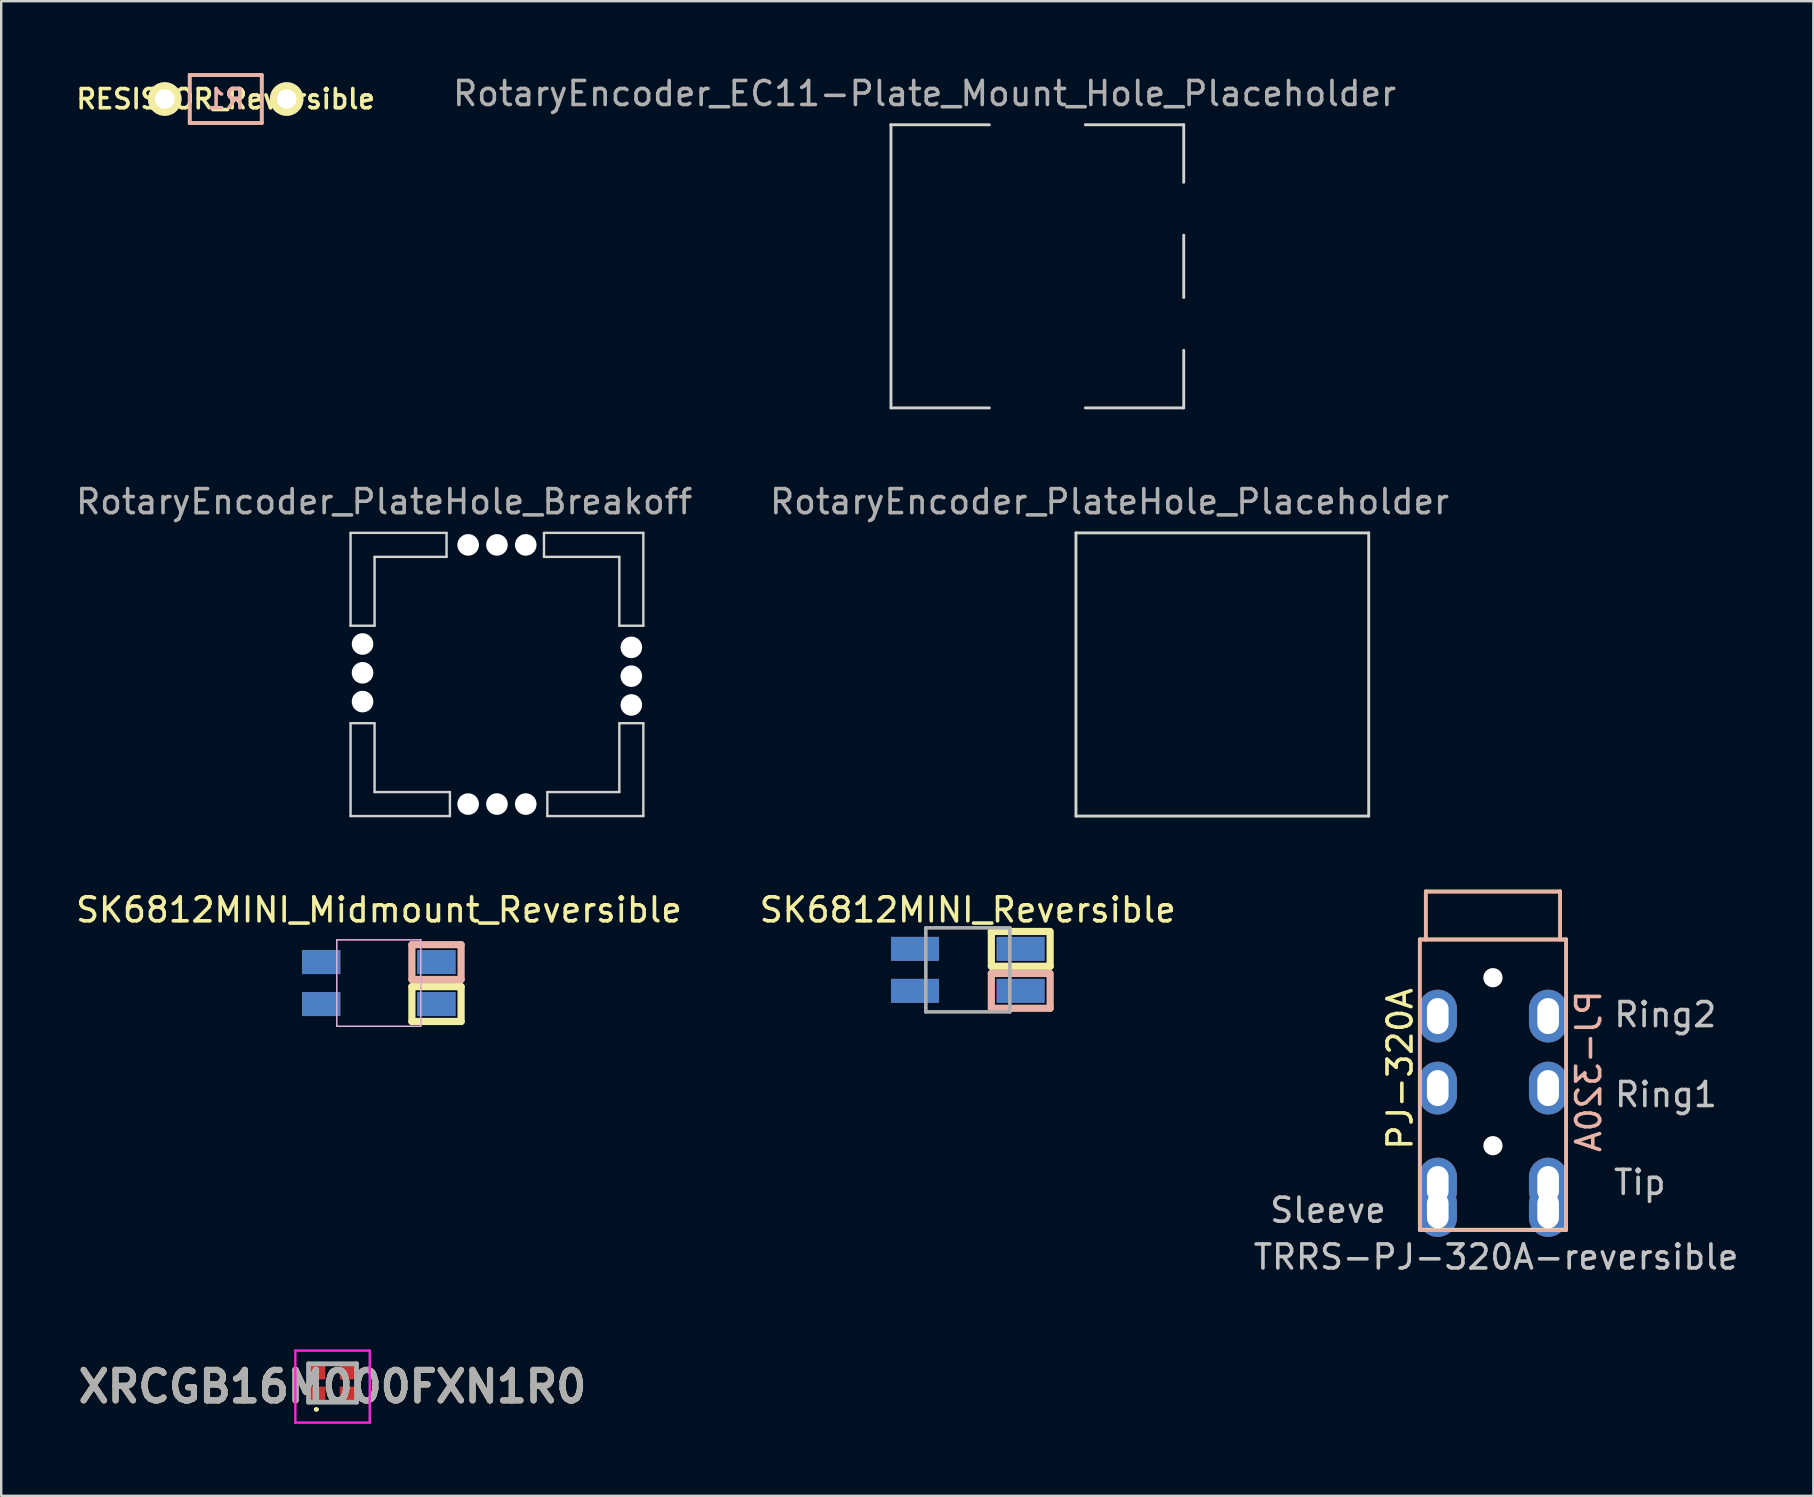
<source format=kicad_pcb>
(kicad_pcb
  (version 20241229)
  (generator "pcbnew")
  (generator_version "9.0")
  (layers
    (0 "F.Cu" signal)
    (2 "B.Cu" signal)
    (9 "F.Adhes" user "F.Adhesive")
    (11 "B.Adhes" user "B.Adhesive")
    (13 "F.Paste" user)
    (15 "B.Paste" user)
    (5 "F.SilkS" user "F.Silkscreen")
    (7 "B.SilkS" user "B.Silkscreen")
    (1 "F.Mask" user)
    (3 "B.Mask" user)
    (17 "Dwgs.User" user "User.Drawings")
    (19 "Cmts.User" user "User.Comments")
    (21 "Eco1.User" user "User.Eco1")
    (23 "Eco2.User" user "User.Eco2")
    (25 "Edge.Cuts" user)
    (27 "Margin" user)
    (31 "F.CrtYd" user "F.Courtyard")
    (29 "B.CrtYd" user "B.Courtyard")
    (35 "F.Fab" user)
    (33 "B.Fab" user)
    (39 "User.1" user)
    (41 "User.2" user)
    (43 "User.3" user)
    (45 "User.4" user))
  (footprint "XRCGB16M000FXN1R0"
    (layer "F.Cu")
    (at 10.807 54.58)
    (property "Reference" "XRCGB16M000FXN1R0" (at 0 0.15 0) (layer "F.SilkS") (effects (font (size 1.27 1.27) (thickness 0.254))))
    (attr smd)
    (fp_line (start -0.725 1.1) (end -0.725 1.1) (stroke (width 0.1) (type solid)) (layer "F.SilkS"))
    (fp_line (start -0.625 1.1) (end -0.625 1.1) (stroke (width 0.1) (type solid)) (layer "F.SilkS"))
    (fp_line (start -0.1 -0.8) (end 0.1 -0.8) (stroke (width 0.1) (type solid)) (layer "F.SilkS"))
    (fp_line (start -0.1 0.8) (end 0.1 0.8) (stroke (width 0.1) (type solid)) (layer "F.SilkS"))
    (fp_arc (start -0.725 1.1) (mid -0.675 1.05) (end -0.625 1.1) (stroke (width 0.1) (type solid)) (layer "F.SilkS"))
    (fp_arc (start -0.625 1.1) (mid -0.675 1.15) (end -0.725 1.1) (stroke (width 0.1) (type solid)) (layer "F.SilkS"))
    (fp_line (start -1.55 -1.35) (end 1.55 -1.35) (stroke (width 0.1) (type solid)) (layer "F.CrtYd"))
    (fp_line (start -1.55 1.65) (end -1.55 -1.35) (stroke (width 0.1) (type solid)) (layer "F.CrtYd"))
    (fp_line (start 1.55 -1.35) (end 1.55 1.65) (stroke (width 0.1) (type solid)) (layer "F.CrtYd"))
    (fp_line (start 1.55 1.65) (end -1.55 1.65) (stroke (width 0.1) (type solid)) (layer "F.CrtYd"))
    (fp_line (start -1 -0.8) (end 1 -0.8) (stroke (width 0.2) (type solid)) (layer "F.Fab"))
    (fp_line (start -1 0.8) (end -1 -0.8) (stroke (width 0.2) (type solid)) (layer "F.Fab"))
    (fp_line (start 1 -0.8) (end 1 0.8) (stroke (width 0.2) (type solid)) (layer "F.Fab"))
    (fp_line (start 1 0.8) (end -1 0.8) (stroke (width 0.2) (type solid)) (layer "F.Fab"))
    (fp_text user "${REFERENCE}" (at 0 0.15 0) (layer "F.Fab") (effects (font (size 1.27 1.27) (thickness 0.254))))
    (pad "" smd rect (at -0.675 0.5 90) (size 0.7 0.75) (layers "F.Cu" "F.Mask" "F.Paste"))
    (pad "" smd rect (at 0.675 -0.5 90) (size 0.7 0.75) (layers "F.Cu" "F.Mask" "F.Paste"))
    (pad "1" smd rect (at -0.675 -0.5 90) (size 0.7 0.75) (layers "F.Cu" "F.Mask" "F.Paste"))
    (pad "3" smd rect (at 0.675 0.5 90) (size 0.7 0.75) (layers "F.Cu" "F.Mask" "F.Paste")))
  (footprint "TRRS-PJ-320A-reversible"
    (layer "F.Cu")
    (at 59.202 37.691)
    (property "Reference" "TRRS-PJ-320A-reversible" (at 0.09 11.64 0) (layer "Dwgs.User") (effects (font (size 1 1) (thickness 0.15))))
    (attr through_hole)
    (fp_line (start -3.09 -1.6) (end -3.09 10.5) (stroke (width 0.15) (type solid)) (layer "F.SilkS"))
    (fp_line (start -2.84 -1.6) (end -2.84 -3.6) (stroke (width 0.15) (type solid)) (layer "F.SilkS"))
    (fp_line (start 2.76 -3.6) (end -2.84 -3.6) (stroke (width 0.15) (type solid)) (layer "F.SilkS"))
    (fp_line (start 2.76 -1.6) (end 2.76 -3.6) (stroke (width 0.15) (type solid)) (layer "F.SilkS"))
    (fp_line (start 3.01 -1.6) (end -3.09 -1.6) (stroke (width 0.15) (type solid)) (layer "F.SilkS"))
    (fp_line (start 3.01 -1.6) (end 3.01 10.5) (stroke (width 0.15) (type solid)) (layer "F.SilkS"))
    (fp_line (start 3.01 10.5) (end -3.09 10.5) (stroke (width 0.15) (type solid)) (layer "F.SilkS"))
    (fp_line (start -3.09 -1.58) (end -3.09 10.52) (stroke (width 0.15) (type solid)) (layer "B.SilkS"))
    (fp_line (start -3.09 -1.58) (end 3.01 -1.58) (stroke (width 0.15) (type solid)) (layer "B.SilkS"))
    (fp_line (start -3.09 10.52) (end 3.01 10.52) (stroke (width 0.15) (type solid)) (layer "B.SilkS"))
    (fp_line (start -2.84 -3.58) (end 2.76 -3.58) (stroke (width 0.15) (type solid)) (layer "B.SilkS"))
    (fp_line (start -2.84 -1.58) (end -2.84 -3.58) (stroke (width 0.15) (type solid)) (layer "B.SilkS"))
    (fp_line (start 2.76 -1.58) (end 2.76 -3.58) (stroke (width 0.15) (type solid)) (layer "B.SilkS"))
    (fp_line (start 3.01 -1.58) (end 3.01 10.52) (stroke (width 0.15) (type solid)) (layer "B.SilkS"))
    (fp_text user "PJ-320A" (at -3.91 3.8 90) (layer "F.SilkS") (effects (font (size 1 1) (thickness 0.15))))
    (fp_text user "PJ-320A" (at 3.95 3.9 270) (layer "B.SilkS") (effects (font (size 1 1) (thickness 0.15)) (justify mirror)))
    (fp_text user "Ring2" (at 7.14 1.54 0) (layer "Dwgs.User") (effects (font (size 1 1) (thickness 0.15))))
    (fp_text user "Tip" (at 6.08 8.53 0) (layer "Dwgs.User") (effects (font (size 1 1) (thickness 0.15))))
    (fp_text user "Sleeve" (at -6.91 9.69 0) (layer "Dwgs.User") (effects (font (size 1 1) (thickness 0.15))))
    (fp_text user "Ring1" (at 7.17 4.87 0) (layer "Dwgs.User") (effects (font (size 1 1) (thickness 0.15))))
    (pad "" np_thru_hole circle (at -0.04 0) (size 0.8 0.8) (drill 0.8) (layers "*.Cu" "*.Mask"))
    (pad "" np_thru_hole circle (at -0.04 7) (size 0.8 0.8) (drill 0.8) (layers "*.Cu" "*.Mask"))
    (pad "R1" thru_hole oval (at -2.34 4.6) (size 1.6 2.2) (drill oval 0.9 1.5) (layers "*.Cu" "*.Mask"))
    (pad "R1" thru_hole oval (at 2.26 4.6) (size 1.6 2.2) (drill oval 0.9 1.5) (layers "*.Cu" "*.Mask"))
    (pad "R2" thru_hole oval (at -2.34 1.6) (size 1.6 2.2) (drill oval 0.9 1.5) (layers "*.Cu" "*.Mask"))
    (pad "R2" thru_hole oval (at 2.26 1.6) (size 1.6 2.2) (drill oval 0.9 1.5) (layers "*.Cu" "*.Mask"))
    (pad "S" thru_hole oval (at -2.34 8.6) (size 1.6 2.2) (drill oval 0.9 1.5) (layers "*.Cu" "*.Mask"))
    (pad "S" thru_hole oval (at -2.34 9.7) (size 1.6 2.2) (drill oval 0.9 1.5) (layers "*.Cu" "*.Mask"))
    (pad "T" thru_hole oval (at 2.26 8.6) (size 1.6 2.2) (drill oval 0.9 1.5) (layers "*.Cu" "*.Mask"))
    (pad "T" thru_hole oval (at 2.26 9.7) (size 1.6 2.2) (drill oval 0.9 1.5) (layers "*.Cu" "*.Mask")))
  (footprint "RotaryEncoder_PlateHole_Placeholder"
    (layer "F.Cu")
    (at 47.885 25.056)
    (property "Reference" "RotaryEncoder_PlateHole_Placeholder" (at -4.7 -7.2 0) (layer "F.Fab") (effects (font (size 1 1) (thickness 0.15))))
    (attr through_hole)
    (fp_line (start -6.1 -5.9) (end -6.1 5.9) (stroke (width 0.12) (type solid)) (layer "Edge.Cuts"))
    (fp_line (start 6.1 -5.9) (end -6.1 -5.9) (stroke (width 0.12) (type solid)) (layer "Edge.Cuts"))
    (fp_line (start 6.1 -5.9) (end 6.1 5.9) (stroke (width 0.12) (type solid)) (layer "Edge.Cuts"))
    (fp_line (start 6.1 5.9) (end -6.1 5.9) (stroke (width 0.12) (type solid)) (layer "Edge.Cuts")))
  (footprint "RESISTOR_Reversible"
    (layer "F.Cu")
    (at 6.355 1.076)
    (property "Reference" "RESISTOR_Reversible" (at 0 0 0) (layer "F.SilkS") (effects (font (size 0.8 0.8) (thickness 0.15))))
    (attr through_hole)
    (fp_line (start -1.501 -1.001) (end -1.501 1.001) (stroke (width 0.15) (type solid)) (layer "F.SilkS"))
    (fp_line (start -1.501 1.001) (end 1.501 1.001) (stroke (width 0.15) (type solid)) (layer "F.SilkS"))
    (fp_line (start 1.501 -1.001) (end -1.501 -1.001) (stroke (width 0.15) (type solid)) (layer "F.SilkS"))
    (fp_line (start 1.501 1.001) (end 1.501 -1.001) (stroke (width 0.15) (type solid)) (layer "F.SilkS"))
    (fp_line (start -1.5 -1) (end 1.5 -1) (stroke (width 0.15) (type solid)) (layer "B.SilkS"))
    (fp_line (start -1.5 1) (end -1.5 -1) (stroke (width 0.15) (type solid)) (layer "B.SilkS"))
    (fp_line (start 1.5 -1) (end 1.5 1) (stroke (width 0.15) (type solid)) (layer "B.SilkS"))
    (fp_line (start 1.5 1) (end -1.5 1) (stroke (width 0.15) (type solid)) (layer "B.SilkS"))
    (fp_text user "R1" (at 0 0 0) (layer "B.SilkS") (effects (font (size 0.8 0.8) (thickness 0.15)) (justify mirror)))
    (pad "1" thru_hole circle (at -2.54 0) (size 1.397 1.397) (drill 0.813) (layers "*.Cu" "*.Mask" "F.SilkS"))
    (pad "2" thru_hole circle (at 2.54 0) (size 1.397 1.397) (drill 0.813) (layers "*.Cu" "*.Mask" "F.SilkS")))
  (footprint "RotaryEncoder_EC11-Plate_Mount_Hole_Placeholder"
    (layer "F.Cu")
    (at 40.177 8.048)
    (property "Reference" "RotaryEncoder_EC11-Plate_Mount_Hole_Placeholder" (at -4.7 -7.2 0) (layer "F.Fab") (effects (font (size 1 1) (thickness 0.15))))
    (attr through_hole)
    (fp_line (start -6.1 -5.9) (end -6.1 5.9) (stroke (width 0.12) (type solid)) (layer "Edge.Cuts"))
    (fp_line (start -2 -5.9) (end -6.1 -5.9) (stroke (width 0.12) (type solid)) (layer "Edge.Cuts"))
    (fp_line (start -2 5.9) (end -6.1 5.9) (stroke (width 0.12) (type solid)) (layer "Edge.Cuts"))
    (fp_line (start 2 -5.9) (end 6.1 -5.9) (stroke (width 0.12) (type solid)) (layer "Edge.Cuts"))
    (fp_line (start 6.1 -5.9) (end 6.1 -3.5) (stroke (width 0.12) (type solid)) (layer "Edge.Cuts"))
    (fp_line (start 6.1 -1.3) (end 6.1 1.3) (stroke (width 0.12) (type solid)) (layer "Edge.Cuts"))
    (fp_line (start 6.1 3.5) (end 6.1 5.9) (stroke (width 0.12) (type solid)) (layer "Edge.Cuts"))
    (fp_line (start 6.1 5.9) (end 2 5.9) (stroke (width 0.12) (type solid)) (layer "Edge.Cuts")))
  (footprint "RotaryEncoder_PlateHole_Breakoff"
    (layer "F.Cu")
    (at 17.658 25.056)
    (property "Reference" "RotaryEncoder_PlateHole_Breakoff" (at -4.7 -7.2 180) (layer "F.Fab") (effects (font (size 1 1) (thickness 0.15))))
    (attr through_hole)
    (fp_line (start -6.1 -2.03) (end -6.1 -5.9) (stroke (width 0.1) (type solid)) (layer "Edge.Cuts"))
    (fp_line (start -6.1 -2.03) (end -5.1 -2.03) (stroke (width 0.1) (type solid)) (layer "Edge.Cuts"))
    (fp_line (start -6.1 2.03) (end -6.1 5.9) (stroke (width 0.1) (type solid)) (layer "Edge.Cuts"))
    (fp_line (start -5.1 -2.03) (end -5.1 -4.9) (stroke (width 0.1) (type solid)) (layer "Edge.Cuts"))
    (fp_line (start -5.1 2.03) (end -6.1 2.03) (stroke (width 0.1) (type solid)) (layer "Edge.Cuts"))
    (fp_line (start -5.1 2.03) (end -5.1 4.9) (stroke (width 0.1) (type solid)) (layer "Edge.Cuts"))
    (fp_line (start -2.1 -5.9) (end -6.1 -5.9) (stroke (width 0.1) (type solid)) (layer "Edge.Cuts"))
    (fp_line (start -2.1 -4.9) (end -5.1 -4.9) (stroke (width 0.1) (type solid)) (layer "Edge.Cuts"))
    (fp_line (start -2.1 -4.9) (end -2.1 -5.9) (stroke (width 0.1) (type solid)) (layer "Edge.Cuts"))
    (fp_line (start -1.96 4.9) (end -5.1 4.9) (stroke (width 0.1) (type solid)) (layer "Edge.Cuts"))
    (fp_line (start -1.96 5.9) (end -6.1 5.9) (stroke (width 0.1) (type solid)) (layer "Edge.Cuts"))
    (fp_line (start -1.96 5.9) (end -1.96 4.9) (stroke (width 0.1) (type solid)) (layer "Edge.Cuts"))
    (fp_line (start 1.96 -5.9) (end 1.96 -4.9) (stroke (width 0.1) (type solid)) (layer "Edge.Cuts"))
    (fp_line (start 1.96 -5.9) (end 6.1 -5.9) (stroke (width 0.1) (type solid)) (layer "Edge.Cuts"))
    (fp_line (start 1.96 -4.9) (end 5.1 -4.9) (stroke (width 0.1) (type solid)) (layer "Edge.Cuts"))
    (fp_line (start 2.1 4.9) (end 2.1 5.9) (stroke (width 0.1) (type solid)) (layer "Edge.Cuts"))
    (fp_line (start 2.1 4.9) (end 5.1 4.9) (stroke (width 0.1) (type solid)) (layer "Edge.Cuts"))
    (fp_line (start 2.1 5.9) (end 6.1 5.9) (stroke (width 0.1) (type solid)) (layer "Edge.Cuts"))
    (fp_line (start 5.1 -2.03) (end 5.1 -4.9) (stroke (width 0.1) (type solid)) (layer "Edge.Cuts"))
    (fp_line (start 5.1 -2.03) (end 6.1 -2.03) (stroke (width 0.1) (type solid)) (layer "Edge.Cuts"))
    (fp_line (start 5.1 2.03) (end 5.1 4.9) (stroke (width 0.1) (type solid)) (layer "Edge.Cuts"))
    (fp_line (start 6.1 -2.03) (end 6.1 -5.9) (stroke (width 0.1) (type solid)) (layer "Edge.Cuts"))
    (fp_line (start 6.1 2.03) (end 5.1 2.03) (stroke (width 0.1) (type solid)) (layer "Edge.Cuts"))
    (fp_line (start 6.1 2.03) (end 6.1 5.9) (stroke (width 0.1) (type solid)) (layer "Edge.Cuts"))
    (pad "" np_thru_hole circle (at -5.6 -1.27 180) (size 0.9 0.9) (drill 0.9) (layers "*.Cu" "*.Mask"))
    (pad "" np_thru_hole circle (at -5.6 -0.07 180) (size 0.9 0.9) (drill 0.9) (layers "*.Cu" "*.Mask"))
    (pad "" np_thru_hole circle (at -5.6 1.13 180) (size 0.9 0.9) (drill 0.9) (layers "*.Cu" "*.Mask"))
    (pad "" np_thru_hole circle (at -1.2 -5.4 90) (size 0.9 0.9) (drill 0.9) (layers "*.Cu" "*.Mask"))
    (pad "" np_thru_hole circle (at -1.2 5.4 270) (size 0.9 0.9) (drill 0.9) (layers "*.Cu" "*.Mask"))
    (pad "" np_thru_hole circle (at 0 -5.4 90) (size 0.9 0.9) (drill 0.9) (layers "*.Cu" "*.Mask"))
    (pad "" np_thru_hole circle (at 0 5.4 270) (size 0.9 0.9) (drill 0.9) (layers "*.Cu" "*.Mask"))
    (pad "" np_thru_hole circle (at 1.2 -5.4 90) (size 0.9 0.9) (drill 0.9) (layers "*.Cu" "*.Mask"))
    (pad "" np_thru_hole circle (at 1.2 5.4 270) (size 0.9 0.9) (drill 0.9) (layers "*.Cu" "*.Mask"))
    (pad "" np_thru_hole circle (at 5.6 -1.13) (size 0.9 0.9) (drill 0.9) (layers "*.Cu" "*.Mask"))
    (pad "" np_thru_hole circle (at 5.6 0.07) (size 0.9 0.9) (drill 0.9) (layers "*.Cu" "*.Mask"))
    (pad "" np_thru_hole circle (at 5.6 1.27) (size 0.9 0.9) (drill 0.9) (layers "*.Cu" "*.Mask")))
  (footprint "SK6812MINI_Reversible"
    (layer "F.Cu")
    (at 37.28 37.365)
    (property "Reference" "SK6812MINI_Reversible" (at 0 -2.5 0) (layer "F.SilkS") (effects (font (size 1 1) (thickness 0.15))))
    (attr through_hole)
    (fp_line (start 0.98 -1.6) (end 3.4 -1.6) (stroke (width 0.3) (type solid)) (layer "F.SilkS"))
    (fp_line (start 0.98 -0.15) (end 0.98 -1.6) (stroke (width 0.3) (type solid)) (layer "F.SilkS"))
    (fp_line (start 3.43 -1.6) (end 3.43 -0.15) (stroke (width 0.3) (type solid)) (layer "F.SilkS"))
    (fp_line (start 3.43 -0.15) (end 0.98 -0.15) (stroke (width 0.3) (type solid)) (layer "F.SilkS"))
    (fp_line (start 0.98 0.15) (end 3.4 0.15) (stroke (width 0.3) (type solid)) (layer "B.SilkS"))
    (fp_line (start 0.98 1.6) (end 0.98 0.15) (stroke (width 0.3) (type solid)) (layer "B.SilkS"))
    (fp_line (start 3.43 0.15) (end 3.43 1.6) (stroke (width 0.3) (type solid)) (layer "B.SilkS"))
    (fp_line (start 3.43 1.6) (end 0.98 1.6) (stroke (width 0.3) (type solid)) (layer "B.SilkS"))
    (fp_line (start -1.75 -1.75) (end -1.75 1.75) (stroke (width 0.15) (type solid)) (layer "F.Fab"))
    (fp_line (start -1.75 -1.75) (end 1.75 -1.75) (stroke (width 0.15) (type solid)) (layer "F.Fab"))
    (fp_line (start 1.75 -1.75) (end 1.75 1.75) (stroke (width 0.15) (type solid)) (layer "F.Fab"))
    (fp_line (start 1.75 1.75) (end -1.75 1.75) (stroke (width 0.15) (type solid)) (layer "F.Fab"))
    (pad "1" smd rect (at -2.2 -0.875) (size 2 1) (layers "F.Cu" "F.Mask" "F.Paste"))
    (pad "1" smd rect (at -2.2 0.875) (size 2 1) (layers "B.Cu" "B.Mask" "B.Paste"))
    (pad "2" smd rect (at -2.2 -0.875) (size 2 1) (layers "B.Cu" "B.Mask" "B.Paste"))
    (pad "2" smd rect (at -2.2 0.875) (size 2 1) (layers "F.Cu" "F.Mask" "F.Paste"))
    (pad "3" smd rect (at 2.2 -0.875) (size 2 1) (layers "B.Cu" "B.Mask" "B.Paste"))
    (pad "3" smd rect (at 2.2 0.875) (size 2 1) (layers "F.Cu" "F.Mask" "F.Paste"))
    (pad "4" smd rect (at 2.2 -0.875) (size 2 1) (layers "F.Cu" "F.Mask" "F.Paste"))
    (pad "4" smd rect (at 2.2 0.875) (size 2 1) (layers "B.Cu" "B.Mask" "B.Paste")))
  (footprint "SK6812MINI_Midmount_Reversible"
    (layer "F.Cu")
    (at 12.734 37.915)
    (property "Reference" "SK6812MINI_Midmount_Reversible" (at 0.01 -3.05 0) (layer "F.SilkS") (effects (font (size 1 1) (thickness 0.15))))
    (attr exclude_from_pos_files exclude_from_bom)
    (fp_line (start 1.38 0.15) (end 3.43 0.15) (stroke (width 0.3) (type solid)) (layer "F.SilkS"))
    (fp_line (start 1.38 1.6) (end 1.38 0.15) (stroke (width 0.3) (type solid)) (layer "F.SilkS"))
    (fp_line (start 3.43 0.15) (end 3.43 1.6) (stroke (width 0.3) (type solid)) (layer "F.SilkS"))
    (fp_line (start 3.43 1.6) (end 1.38 1.6) (stroke (width 0.3) (type solid)) (layer "F.SilkS"))
    (fp_line (start 1.38 -1.6) (end 3.43 -1.6) (stroke (width 0.3) (type solid)) (layer "B.SilkS"))
    (fp_line (start 1.38 -0.15) (end 1.38 -1.6) (stroke (width 0.3) (type solid)) (layer "B.SilkS"))
    (fp_line (start 3.43 -1.6) (end 3.43 -0.15) (stroke (width 0.3) (type solid)) (layer "B.SilkS"))
    (fp_line (start 3.43 -0.15) (end 1.38 -0.15) (stroke (width 0.3) (type solid)) (layer "B.SilkS"))
    (fp_line (start -1.75 -1.8) (end -1.75 1.8) (stroke (width 0.05) (type solid)) (layer "Edge.Cuts"))
    (fp_line (start -1.75 -1.8) (end 1.75 -1.8) (stroke (width 0.05) (type solid)) (layer "Edge.Cuts"))
    (fp_line (start 1.75 -1.8) (end 1.75 1.8) (stroke (width 0.05) (type solid)) (layer "Edge.Cuts"))
    (fp_line (start 1.75 1.8) (end -1.75 1.8) (stroke (width 0.05) (type solid)) (layer "Edge.Cuts"))
    (fp_line (start -1.75 -1.8) (end -1.75 1.8) (stroke (width 0.05) (type solid)) (layer "F.CrtYd"))
    (fp_line (start -1.75 1.8) (end 1.75 1.8) (stroke (width 0.05) (type solid)) (layer "F.CrtYd"))
    (fp_line (start 1.75 -1.8) (end -1.75 -1.8) (stroke (width 0.05) (type solid)) (layer "F.CrtYd"))
    (fp_line (start 1.75 1.8) (end 1.75 -1.8) (stroke (width 0.05) (type solid)) (layer "F.CrtYd"))
    (pad "1" smd rect (at -2.4 -0.875) (size 1.6 1) (layers "B.Cu" "B.Mask" "B.Paste"))
    (pad "1" smd rect (at -2.4 0.875) (size 1.6 1) (layers "F.Cu" "F.Mask" "F.Paste"))
    (pad "2" smd rect (at -2.4 -0.875) (size 1.6 1) (layers "F.Cu" "F.Mask" "F.Paste"))
    (pad "2" smd rect (at -2.4 0.875) (size 1.6 1) (layers "B.Cu" "B.Mask" "B.Paste"))
    (pad "3" smd rect (at 2.4 -0.875) (size 1.6 1) (layers "F.Cu" "F.Mask" "F.Paste"))
    (pad "3" smd rect (at 2.4 0.875) (size 1.6 1) (layers "B.Cu" "B.Mask" "B.Paste"))
    (pad "4" smd rect (at 2.4 -0.875) (size 1.6 1) (layers "B.Cu" "B.Mask" "B.Paste"))
    (pad "4" smd rect (at 2.4 0.875) (size 1.6 1) (layers "F.Cu" "F.Mask" "F.Paste")))
  (gr_rect
    (start -3 -3)
    (end 72.512 59.28)
    (stroke (width 0.1) (type default))
    (fill no)
    (layer "Edge.Cuts")))
</source>
